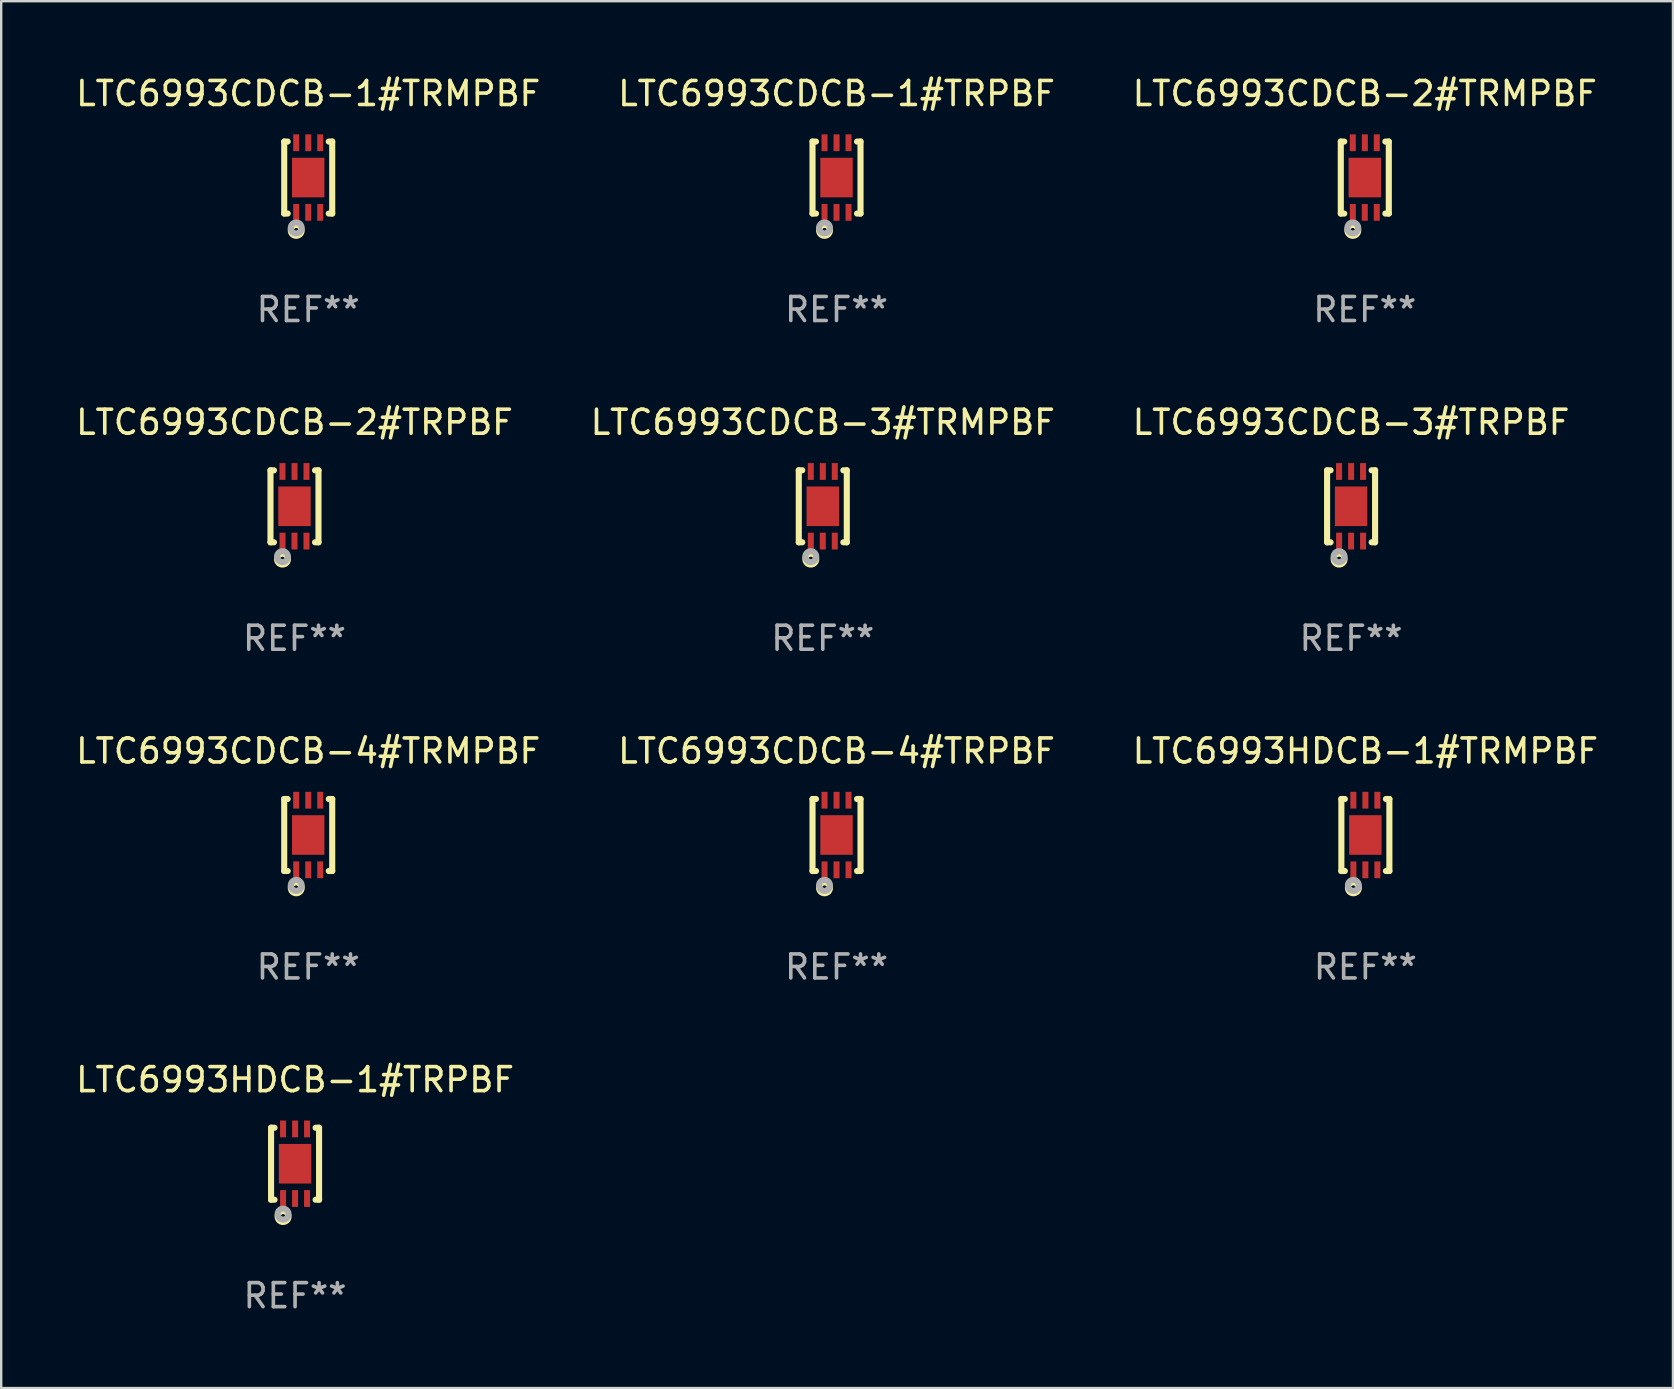
<source format=kicad_pcb>
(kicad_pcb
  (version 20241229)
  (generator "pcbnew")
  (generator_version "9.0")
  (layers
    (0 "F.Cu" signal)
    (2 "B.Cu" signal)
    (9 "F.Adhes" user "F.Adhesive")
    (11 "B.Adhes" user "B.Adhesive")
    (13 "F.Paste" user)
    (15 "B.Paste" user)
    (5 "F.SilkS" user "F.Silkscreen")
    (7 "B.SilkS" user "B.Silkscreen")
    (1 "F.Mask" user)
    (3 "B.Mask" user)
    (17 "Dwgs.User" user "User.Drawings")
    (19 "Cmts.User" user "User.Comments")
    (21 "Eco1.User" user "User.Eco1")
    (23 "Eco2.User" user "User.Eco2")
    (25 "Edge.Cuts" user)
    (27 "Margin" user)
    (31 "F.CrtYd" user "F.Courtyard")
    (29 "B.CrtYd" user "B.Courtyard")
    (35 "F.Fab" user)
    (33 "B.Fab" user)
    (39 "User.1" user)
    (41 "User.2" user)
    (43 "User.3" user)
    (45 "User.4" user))
  (footprint "LTC6993CDCB-1#TRMPBF"
    (layer "F.Cu")
    (at 9.792 4.348)
    (property "Reference" "LTC6993CDCB-1#TRMPBF" (at 0 -3.5 0) (layer "F.SilkS") (effects (font (size 1 1) (thickness 0.15))))
    (attr through_hole)
    (fp_line (start -1 1.5) (end -1 -1.5) (stroke (width 0.254) (type solid)) (layer "F.SilkS"))
    (fp_line (start -0.856 -1.5) (end -1 -1.5) (stroke (width 0.254) (type solid)) (layer "F.SilkS"))
    (fp_line (start -0.855 1.5) (end -1 1.5) (stroke (width 0.254) (type solid)) (layer "F.SilkS"))
    (fp_line (start 1 -1.5) (end 0.856 -1.5) (stroke (width 0.254) (type solid)) (layer "F.SilkS"))
    (fp_line (start 1 1.5) (end 0.856 1.5) (stroke (width 0.254) (type solid)) (layer "F.SilkS"))
    (fp_line (start 1 1.5) (end 1 -1.5) (stroke (width 0.254) (type solid)) (layer "F.SilkS"))
    (fp_circle (center -1 1.5) (end -0.97 1.5) (stroke (width 0.06) (type solid)) (fill no) (layer "F.SilkS"))
    (fp_circle (center -0.5 2.2) (end -0.4 2.2) (stroke (width 0.254) (type solid)) (fill no) (layer "F.SilkS"))
    (fp_circle (center -0.5 2.1) (end -0.4 2.1) (stroke (width 0.254) (type solid)) (fill no) (layer "F.Fab"))
    (fp_text user "REF**" (at 0 5.5 0) (layer "F.Fab") (effects (font (size 1 1) (thickness 0.15))))
    (pad "1" smd rect (at -0.499 1.45 180) (size 0.25 0.7) (layers "F.Cu" "F.Mask" "F.Paste"))
    (pad "2" smd rect (at 0.000025 1.45 180) (size 0.25 0.7) (layers "F.Cu" "F.Mask" "F.Paste"))
    (pad "3" smd rect (at 0.5 1.45 180) (size 0.25 0.7) (layers "F.Cu" "F.Mask" "F.Paste"))
    (pad "4" smd rect (at 0.5 -1.45 180) (size 0.25 0.7) (layers "F.Cu" "F.Mask" "F.Paste"))
    (pad "5" smd rect (at 0.002 -1.45 180) (size 0.25 0.7) (layers "F.Cu" "F.Mask" "F.Paste"))
    (pad "6" smd rect (at -0.5 -1.45 180) (size 0.25 0.7) (layers "F.Cu" "F.Mask" "F.Paste"))
    (pad "7" smd rect (at 0.000025 0.000038 180) (size 1.35 1.65) (layers "F.Cu" "F.Mask" "F.Paste")))
  (footprint "LTC6993HDCB-1#TRMPBF"
    (layer "F.Cu")
    (at 53.839 31.741)
    (property "Reference" "LTC6993HDCB-1#TRMPBF" (at 0 -3.5 0) (layer "F.SilkS") (effects (font (size 1 1) (thickness 0.15))))
    (attr through_hole)
    (fp_line (start -1 1.5) (end -1 -1.5) (stroke (width 0.254) (type solid)) (layer "F.SilkS"))
    (fp_line (start -0.856 -1.5) (end -1 -1.5) (stroke (width 0.254) (type solid)) (layer "F.SilkS"))
    (fp_line (start -0.855 1.5) (end -1 1.5) (stroke (width 0.254) (type solid)) (layer "F.SilkS"))
    (fp_line (start 1 -1.5) (end 0.856 -1.5) (stroke (width 0.254) (type solid)) (layer "F.SilkS"))
    (fp_line (start 1 1.5) (end 0.856 1.5) (stroke (width 0.254) (type solid)) (layer "F.SilkS"))
    (fp_line (start 1 1.5) (end 1 -1.5) (stroke (width 0.254) (type solid)) (layer "F.SilkS"))
    (fp_circle (center -1 1.5) (end -0.97 1.5) (stroke (width 0.06) (type solid)) (fill no) (layer "F.SilkS"))
    (fp_circle (center -0.5 2.2) (end -0.4 2.2) (stroke (width 0.254) (type solid)) (fill no) (layer "F.SilkS"))
    (fp_circle (center -0.5 2.1) (end -0.4 2.1) (stroke (width 0.254) (type solid)) (fill no) (layer "F.Fab"))
    (fp_text user "REF**" (at 0 5.5 0) (layer "F.Fab") (effects (font (size 1 1) (thickness 0.15))))
    (pad "1" smd rect (at -0.499 1.45 180) (size 0.25 0.7) (layers "F.Cu" "F.Mask" "F.Paste"))
    (pad "2" smd rect (at 0.000025 1.45 180) (size 0.25 0.7) (layers "F.Cu" "F.Mask" "F.Paste"))
    (pad "3" smd rect (at 0.5 1.45 180) (size 0.25 0.7) (layers "F.Cu" "F.Mask" "F.Paste"))
    (pad "4" smd rect (at 0.5 -1.45 180) (size 0.25 0.7) (layers "F.Cu" "F.Mask" "F.Paste"))
    (pad "5" smd rect (at 0.002 -1.45 180) (size 0.25 0.7) (layers "F.Cu" "F.Mask" "F.Paste"))
    (pad "6" smd rect (at -0.5 -1.45 180) (size 0.25 0.7) (layers "F.Cu" "F.Mask" "F.Paste"))
    (pad "7" smd rect (at 0.000025 0.000038 180) (size 1.35 1.65) (layers "F.Cu" "F.Mask" "F.Paste")))
  (footprint "LTC6993CDCB-1#TRPBF"
    (layer "F.Cu")
    (at 31.804 4.348)
    (property "Reference" "LTC6993CDCB-1#TRPBF" (at 0 -3.5 0) (layer "F.SilkS") (effects (font (size 1 1) (thickness 0.15))))
    (attr through_hole)
    (fp_line (start -1 1.5) (end -1 -1.5) (stroke (width 0.254) (type solid)) (layer "F.SilkS"))
    (fp_line (start -0.856 -1.5) (end -1 -1.5) (stroke (width 0.254) (type solid)) (layer "F.SilkS"))
    (fp_line (start -0.855 1.5) (end -1 1.5) (stroke (width 0.254) (type solid)) (layer "F.SilkS"))
    (fp_line (start 1 -1.5) (end 0.856 -1.5) (stroke (width 0.254) (type solid)) (layer "F.SilkS"))
    (fp_line (start 1 1.5) (end 0.856 1.5) (stroke (width 0.254) (type solid)) (layer "F.SilkS"))
    (fp_line (start 1 1.5) (end 1 -1.5) (stroke (width 0.254) (type solid)) (layer "F.SilkS"))
    (fp_circle (center -1 1.5) (end -0.97 1.5) (stroke (width 0.06) (type solid)) (fill no) (layer "F.SilkS"))
    (fp_circle (center -0.5 2.2) (end -0.4 2.2) (stroke (width 0.254) (type solid)) (fill no) (layer "F.SilkS"))
    (fp_circle (center -0.5 2.1) (end -0.4 2.1) (stroke (width 0.254) (type solid)) (fill no) (layer "F.Fab"))
    (fp_text user "REF**" (at 0 5.5 0) (layer "F.Fab") (effects (font (size 1 1) (thickness 0.15))))
    (pad "1" smd rect (at -0.499 1.45 180) (size 0.25 0.7) (layers "F.Cu" "F.Mask" "F.Paste"))
    (pad "2" smd rect (at 0.000025 1.45 180) (size 0.25 0.7) (layers "F.Cu" "F.Mask" "F.Paste"))
    (pad "3" smd rect (at 0.5 1.45 180) (size 0.25 0.7) (layers "F.Cu" "F.Mask" "F.Paste"))
    (pad "4" smd rect (at 0.5 -1.45 180) (size 0.25 0.7) (layers "F.Cu" "F.Mask" "F.Paste"))
    (pad "5" smd rect (at 0.002 -1.45 180) (size 0.25 0.7) (layers "F.Cu" "F.Mask" "F.Paste"))
    (pad "6" smd rect (at -0.5 -1.45 180) (size 0.25 0.7) (layers "F.Cu" "F.Mask" "F.Paste"))
    (pad "7" smd rect (at 0.000025 0.000038 180) (size 1.35 1.65) (layers "F.Cu" "F.Mask" "F.Paste")))
  (footprint "LTC6993CDCB-2#TRPBF"
    (layer "F.Cu")
    (at 9.22 18.045)
    (property "Reference" "LTC6993CDCB-2#TRPBF" (at 0 -3.5 0) (layer "F.SilkS") (effects (font (size 1 1) (thickness 0.15))))
    (attr through_hole)
    (fp_line (start -1 1.5) (end -1 -1.5) (stroke (width 0.254) (type solid)) (layer "F.SilkS"))
    (fp_line (start -0.856 -1.5) (end -1 -1.5) (stroke (width 0.254) (type solid)) (layer "F.SilkS"))
    (fp_line (start -0.855 1.5) (end -1 1.5) (stroke (width 0.254) (type solid)) (layer "F.SilkS"))
    (fp_line (start 1 -1.5) (end 0.856 -1.5) (stroke (width 0.254) (type solid)) (layer "F.SilkS"))
    (fp_line (start 1 1.5) (end 0.856 1.5) (stroke (width 0.254) (type solid)) (layer "F.SilkS"))
    (fp_line (start 1 1.5) (end 1 -1.5) (stroke (width 0.254) (type solid)) (layer "F.SilkS"))
    (fp_circle (center -1 1.5) (end -0.97 1.5) (stroke (width 0.06) (type solid)) (fill no) (layer "F.SilkS"))
    (fp_circle (center -0.5 2.2) (end -0.4 2.2) (stroke (width 0.254) (type solid)) (fill no) (layer "F.SilkS"))
    (fp_circle (center -0.5 2.1) (end -0.4 2.1) (stroke (width 0.254) (type solid)) (fill no) (layer "F.Fab"))
    (fp_text user "REF**" (at 0 5.5 0) (layer "F.Fab") (effects (font (size 1 1) (thickness 0.15))))
    (pad "1" smd rect (at -0.499 1.45 180) (size 0.25 0.7) (layers "F.Cu" "F.Mask" "F.Paste"))
    (pad "2" smd rect (at 0.000025 1.45 180) (size 0.25 0.7) (layers "F.Cu" "F.Mask" "F.Paste"))
    (pad "3" smd rect (at 0.5 1.45 180) (size 0.25 0.7) (layers "F.Cu" "F.Mask" "F.Paste"))
    (pad "4" smd rect (at 0.5 -1.45 180) (size 0.25 0.7) (layers "F.Cu" "F.Mask" "F.Paste"))
    (pad "5" smd rect (at 0.002 -1.45 180) (size 0.25 0.7) (layers "F.Cu" "F.Mask" "F.Paste"))
    (pad "6" smd rect (at -0.5 -1.45 180) (size 0.25 0.7) (layers "F.Cu" "F.Mask" "F.Paste"))
    (pad "7" smd rect (at 0.000025 0.000038 180) (size 1.35 1.65) (layers "F.Cu" "F.Mask" "F.Paste")))
  (footprint "LTC6993CDCB-4#TRPBF"
    (layer "F.Cu")
    (at 31.804 31.741)
    (property "Reference" "LTC6993CDCB-4#TRPBF" (at 0 -3.5 0) (layer "F.SilkS") (effects (font (size 1 1) (thickness 0.15))))
    (attr through_hole)
    (fp_line (start -1 1.5) (end -1 -1.5) (stroke (width 0.254) (type solid)) (layer "F.SilkS"))
    (fp_line (start -0.856 -1.5) (end -1 -1.5) (stroke (width 0.254) (type solid)) (layer "F.SilkS"))
    (fp_line (start -0.855 1.5) (end -1 1.5) (stroke (width 0.254) (type solid)) (layer "F.SilkS"))
    (fp_line (start 1 -1.5) (end 0.856 -1.5) (stroke (width 0.254) (type solid)) (layer "F.SilkS"))
    (fp_line (start 1 1.5) (end 0.856 1.5) (stroke (width 0.254) (type solid)) (layer "F.SilkS"))
    (fp_line (start 1 1.5) (end 1 -1.5) (stroke (width 0.254) (type solid)) (layer "F.SilkS"))
    (fp_circle (center -1 1.5) (end -0.97 1.5) (stroke (width 0.06) (type solid)) (fill no) (layer "F.SilkS"))
    (fp_circle (center -0.5 2.2) (end -0.4 2.2) (stroke (width 0.254) (type solid)) (fill no) (layer "F.SilkS"))
    (fp_circle (center -0.5 2.1) (end -0.4 2.1) (stroke (width 0.254) (type solid)) (fill no) (layer "F.Fab"))
    (fp_text user "REF**" (at 0 5.5 0) (layer "F.Fab") (effects (font (size 1 1) (thickness 0.15))))
    (pad "1" smd rect (at -0.499 1.45 180) (size 0.25 0.7) (layers "F.Cu" "F.Mask" "F.Paste"))
    (pad "2" smd rect (at 0.000025 1.45 180) (size 0.25 0.7) (layers "F.Cu" "F.Mask" "F.Paste"))
    (pad "3" smd rect (at 0.5 1.45 180) (size 0.25 0.7) (layers "F.Cu" "F.Mask" "F.Paste"))
    (pad "4" smd rect (at 0.5 -1.45 180) (size 0.25 0.7) (layers "F.Cu" "F.Mask" "F.Paste"))
    (pad "5" smd rect (at 0.002 -1.45 180) (size 0.25 0.7) (layers "F.Cu" "F.Mask" "F.Paste"))
    (pad "6" smd rect (at -0.5 -1.45 180) (size 0.25 0.7) (layers "F.Cu" "F.Mask" "F.Paste"))
    (pad "7" smd rect (at 0.000025 0.000038 180) (size 1.35 1.65) (layers "F.Cu" "F.Mask" "F.Paste")))
  (footprint "LTC6993CDCB-3#TRPBF"
    (layer "F.Cu")
    (at 53.244 18.045)
    (property "Reference" "LTC6993CDCB-3#TRPBF" (at 0 -3.5 0) (layer "F.SilkS") (effects (font (size 1 1) (thickness 0.15))))
    (attr through_hole)
    (fp_line (start -1 1.5) (end -1 -1.5) (stroke (width 0.254) (type solid)) (layer "F.SilkS"))
    (fp_line (start -0.856 -1.5) (end -1 -1.5) (stroke (width 0.254) (type solid)) (layer "F.SilkS"))
    (fp_line (start -0.855 1.5) (end -1 1.5) (stroke (width 0.254) (type solid)) (layer "F.SilkS"))
    (fp_line (start 1 -1.5) (end 0.856 -1.5) (stroke (width 0.254) (type solid)) (layer "F.SilkS"))
    (fp_line (start 1 1.5) (end 0.856 1.5) (stroke (width 0.254) (type solid)) (layer "F.SilkS"))
    (fp_line (start 1 1.5) (end 1 -1.5) (stroke (width 0.254) (type solid)) (layer "F.SilkS"))
    (fp_circle (center -1 1.5) (end -0.97 1.5) (stroke (width 0.06) (type solid)) (fill no) (layer "F.SilkS"))
    (fp_circle (center -0.5 2.2) (end -0.4 2.2) (stroke (width 0.254) (type solid)) (fill no) (layer "F.SilkS"))
    (fp_circle (center -0.5 2.1) (end -0.4 2.1) (stroke (width 0.254) (type solid)) (fill no) (layer "F.Fab"))
    (fp_text user "REF**" (at 0 5.5 0) (layer "F.Fab") (effects (font (size 1 1) (thickness 0.15))))
    (pad "1" smd rect (at -0.499 1.45 180) (size 0.25 0.7) (layers "F.Cu" "F.Mask" "F.Paste"))
    (pad "2" smd rect (at 0.000025 1.45 180) (size 0.25 0.7) (layers "F.Cu" "F.Mask" "F.Paste"))
    (pad "3" smd rect (at 0.5 1.45 180) (size 0.25 0.7) (layers "F.Cu" "F.Mask" "F.Paste"))
    (pad "4" smd rect (at 0.5 -1.45 180) (size 0.25 0.7) (layers "F.Cu" "F.Mask" "F.Paste"))
    (pad "5" smd rect (at 0.002 -1.45 180) (size 0.25 0.7) (layers "F.Cu" "F.Mask" "F.Paste"))
    (pad "6" smd rect (at -0.5 -1.45 180) (size 0.25 0.7) (layers "F.Cu" "F.Mask" "F.Paste"))
    (pad "7" smd rect (at 0.000025 0.000038 180) (size 1.35 1.65) (layers "F.Cu" "F.Mask" "F.Paste")))
  (footprint "LTC6993CDCB-3#TRMPBF"
    (layer "F.Cu")
    (at 31.232 18.045)
    (property "Reference" "LTC6993CDCB-3#TRMPBF" (at 0 -3.5 0) (layer "F.SilkS") (effects (font (size 1 1) (thickness 0.15))))
    (attr through_hole)
    (fp_line (start -1 1.5) (end -1 -1.5) (stroke (width 0.254) (type solid)) (layer "F.SilkS"))
    (fp_line (start -0.856 -1.5) (end -1 -1.5) (stroke (width 0.254) (type solid)) (layer "F.SilkS"))
    (fp_line (start -0.855 1.5) (end -1 1.5) (stroke (width 0.254) (type solid)) (layer "F.SilkS"))
    (fp_line (start 1 -1.5) (end 0.856 -1.5) (stroke (width 0.254) (type solid)) (layer "F.SilkS"))
    (fp_line (start 1 1.5) (end 0.856 1.5) (stroke (width 0.254) (type solid)) (layer "F.SilkS"))
    (fp_line (start 1 1.5) (end 1 -1.5) (stroke (width 0.254) (type solid)) (layer "F.SilkS"))
    (fp_circle (center -1 1.5) (end -0.97 1.5) (stroke (width 0.06) (type solid)) (fill no) (layer "F.SilkS"))
    (fp_circle (center -0.5 2.2) (end -0.4 2.2) (stroke (width 0.254) (type solid)) (fill no) (layer "F.SilkS"))
    (fp_circle (center -0.5 2.1) (end -0.4 2.1) (stroke (width 0.254) (type solid)) (fill no) (layer "F.Fab"))
    (fp_text user "REF**" (at 0 5.5 0) (layer "F.Fab") (effects (font (size 1 1) (thickness 0.15))))
    (pad "1" smd rect (at -0.499 1.45 180) (size 0.25 0.7) (layers "F.Cu" "F.Mask" "F.Paste"))
    (pad "2" smd rect (at 0.000025 1.45 180) (size 0.25 0.7) (layers "F.Cu" "F.Mask" "F.Paste"))
    (pad "3" smd rect (at 0.5 1.45 180) (size 0.25 0.7) (layers "F.Cu" "F.Mask" "F.Paste"))
    (pad "4" smd rect (at 0.5 -1.45 180) (size 0.25 0.7) (layers "F.Cu" "F.Mask" "F.Paste"))
    (pad "5" smd rect (at 0.002 -1.45 180) (size 0.25 0.7) (layers "F.Cu" "F.Mask" "F.Paste"))
    (pad "6" smd rect (at -0.5 -1.45 180) (size 0.25 0.7) (layers "F.Cu" "F.Mask" "F.Paste"))
    (pad "7" smd rect (at 0.000025 0.000038 180) (size 1.35 1.65) (layers "F.Cu" "F.Mask" "F.Paste")))
  (footprint "LTC6993CDCB-2#TRMPBF"
    (layer "F.Cu")
    (at 53.815 4.348)
    (property "Reference" "LTC6993CDCB-2#TRMPBF" (at 0 -3.5 0) (layer "F.SilkS") (effects (font (size 1 1) (thickness 0.15))))
    (attr through_hole)
    (fp_line (start -1 1.5) (end -1 -1.5) (stroke (width 0.254) (type solid)) (layer "F.SilkS"))
    (fp_line (start -0.856 -1.5) (end -1 -1.5) (stroke (width 0.254) (type solid)) (layer "F.SilkS"))
    (fp_line (start -0.855 1.5) (end -1 1.5) (stroke (width 0.254) (type solid)) (layer "F.SilkS"))
    (fp_line (start 1 -1.5) (end 0.856 -1.5) (stroke (width 0.254) (type solid)) (layer "F.SilkS"))
    (fp_line (start 1 1.5) (end 0.856 1.5) (stroke (width 0.254) (type solid)) (layer "F.SilkS"))
    (fp_line (start 1 1.5) (end 1 -1.5) (stroke (width 0.254) (type solid)) (layer "F.SilkS"))
    (fp_circle (center -1 1.5) (end -0.97 1.5) (stroke (width 0.06) (type solid)) (fill no) (layer "F.SilkS"))
    (fp_circle (center -0.5 2.2) (end -0.4 2.2) (stroke (width 0.254) (type solid)) (fill no) (layer "F.SilkS"))
    (fp_circle (center -0.5 2.1) (end -0.4 2.1) (stroke (width 0.254) (type solid)) (fill no) (layer "F.Fab"))
    (fp_text user "REF**" (at 0 5.5 0) (layer "F.Fab") (effects (font (size 1 1) (thickness 0.15))))
    (pad "1" smd rect (at -0.499 1.45 180) (size 0.25 0.7) (layers "F.Cu" "F.Mask" "F.Paste"))
    (pad "2" smd rect (at 0.000025 1.45 180) (size 0.25 0.7) (layers "F.Cu" "F.Mask" "F.Paste"))
    (pad "3" smd rect (at 0.5 1.45 180) (size 0.25 0.7) (layers "F.Cu" "F.Mask" "F.Paste"))
    (pad "4" smd rect (at 0.5 -1.45 180) (size 0.25 0.7) (layers "F.Cu" "F.Mask" "F.Paste"))
    (pad "5" smd rect (at 0.002 -1.45 180) (size 0.25 0.7) (layers "F.Cu" "F.Mask" "F.Paste"))
    (pad "6" smd rect (at -0.5 -1.45 180) (size 0.25 0.7) (layers "F.Cu" "F.Mask" "F.Paste"))
    (pad "7" smd rect (at 0.000025 0.000038 180) (size 1.35 1.65) (layers "F.Cu" "F.Mask" "F.Paste")))
  (footprint "LTC6993CDCB-4#TRMPBF"
    (layer "F.Cu")
    (at 9.792 31.741)
    (property "Reference" "LTC6993CDCB-4#TRMPBF" (at 0 -3.5 0) (layer "F.SilkS") (effects (font (size 1 1) (thickness 0.15))))
    (attr through_hole)
    (fp_line (start -1 1.5) (end -1 -1.5) (stroke (width 0.254) (type solid)) (layer "F.SilkS"))
    (fp_line (start -0.856 -1.5) (end -1 -1.5) (stroke (width 0.254) (type solid)) (layer "F.SilkS"))
    (fp_line (start -0.855 1.5) (end -1 1.5) (stroke (width 0.254) (type solid)) (layer "F.SilkS"))
    (fp_line (start 1 -1.5) (end 0.856 -1.5) (stroke (width 0.254) (type solid)) (layer "F.SilkS"))
    (fp_line (start 1 1.5) (end 0.856 1.5) (stroke (width 0.254) (type solid)) (layer "F.SilkS"))
    (fp_line (start 1 1.5) (end 1 -1.5) (stroke (width 0.254) (type solid)) (layer "F.SilkS"))
    (fp_circle (center -1 1.5) (end -0.97 1.5) (stroke (width 0.06) (type solid)) (fill no) (layer "F.SilkS"))
    (fp_circle (center -0.5 2.2) (end -0.4 2.2) (stroke (width 0.254) (type solid)) (fill no) (layer "F.SilkS"))
    (fp_circle (center -0.5 2.1) (end -0.4 2.1) (stroke (width 0.254) (type solid)) (fill no) (layer "F.Fab"))
    (fp_text user "REF**" (at 0 5.5 0) (layer "F.Fab") (effects (font (size 1 1) (thickness 0.15))))
    (pad "1" smd rect (at -0.499 1.45 180) (size 0.25 0.7) (layers "F.Cu" "F.Mask" "F.Paste"))
    (pad "2" smd rect (at 0.000025 1.45 180) (size 0.25 0.7) (layers "F.Cu" "F.Mask" "F.Paste"))
    (pad "3" smd rect (at 0.5 1.45 180) (size 0.25 0.7) (layers "F.Cu" "F.Mask" "F.Paste"))
    (pad "4" smd rect (at 0.5 -1.45 180) (size 0.25 0.7) (layers "F.Cu" "F.Mask" "F.Paste"))
    (pad "5" smd rect (at 0.002 -1.45 180) (size 0.25 0.7) (layers "F.Cu" "F.Mask" "F.Paste"))
    (pad "6" smd rect (at -0.5 -1.45 180) (size 0.25 0.7) (layers "F.Cu" "F.Mask" "F.Paste"))
    (pad "7" smd rect (at 0.000025 0.000038 180) (size 1.35 1.65) (layers "F.Cu" "F.Mask" "F.Paste")))
  (footprint "LTC6993HDCB-1#TRPBF"
    (layer "F.Cu")
    (at 9.244 45.437)
    (property "Reference" "LTC6993HDCB-1#TRPBF" (at 0 -3.5 0) (layer "F.SilkS") (effects (font (size 1 1) (thickness 0.15))))
    (attr through_hole)
    (fp_line (start -1 1.5) (end -1 -1.5) (stroke (width 0.254) (type solid)) (layer "F.SilkS"))
    (fp_line (start -0.856 -1.5) (end -1 -1.5) (stroke (width 0.254) (type solid)) (layer "F.SilkS"))
    (fp_line (start -0.855 1.5) (end -1 1.5) (stroke (width 0.254) (type solid)) (layer "F.SilkS"))
    (fp_line (start 1 -1.5) (end 0.856 -1.5) (stroke (width 0.254) (type solid)) (layer "F.SilkS"))
    (fp_line (start 1 1.5) (end 0.856 1.5) (stroke (width 0.254) (type solid)) (layer "F.SilkS"))
    (fp_line (start 1 1.5) (end 1 -1.5) (stroke (width 0.254) (type solid)) (layer "F.SilkS"))
    (fp_circle (center -1 1.5) (end -0.97 1.5) (stroke (width 0.06) (type solid)) (fill no) (layer "F.SilkS"))
    (fp_circle (center -0.5 2.2) (end -0.4 2.2) (stroke (width 0.254) (type solid)) (fill no) (layer "F.SilkS"))
    (fp_circle (center -0.5 2.1) (end -0.4 2.1) (stroke (width 0.254) (type solid)) (fill no) (layer "F.Fab"))
    (fp_text user "REF**" (at 0 5.5 0) (layer "F.Fab") (effects (font (size 1 1) (thickness 0.15))))
    (pad "1" smd rect (at -0.499 1.45 180) (size 0.25 0.7) (layers "F.Cu" "F.Mask" "F.Paste"))
    (pad "2" smd rect (at 0.000025 1.45 180) (size 0.25 0.7) (layers "F.Cu" "F.Mask" "F.Paste"))
    (pad "3" smd rect (at 0.5 1.45 180) (size 0.25 0.7) (layers "F.Cu" "F.Mask" "F.Paste"))
    (pad "4" smd rect (at 0.5 -1.45 180) (size 0.25 0.7) (layers "F.Cu" "F.Mask" "F.Paste"))
    (pad "5" smd rect (at 0.002 -1.45 180) (size 0.25 0.7) (layers "F.Cu" "F.Mask" "F.Paste"))
    (pad "6" smd rect (at -0.5 -1.45 180) (size 0.25 0.7) (layers "F.Cu" "F.Mask" "F.Paste"))
    (pad "7" smd rect (at 0.000025 0.000038 180) (size 1.35 1.65) (layers "F.Cu" "F.Mask" "F.Paste")))
  (gr_rect
    (start -3 -3)
    (end 66.655 54.785)
    (stroke (width 0.1) (type default))
    (fill no)
    (layer "Edge.Cuts")))
</source>
